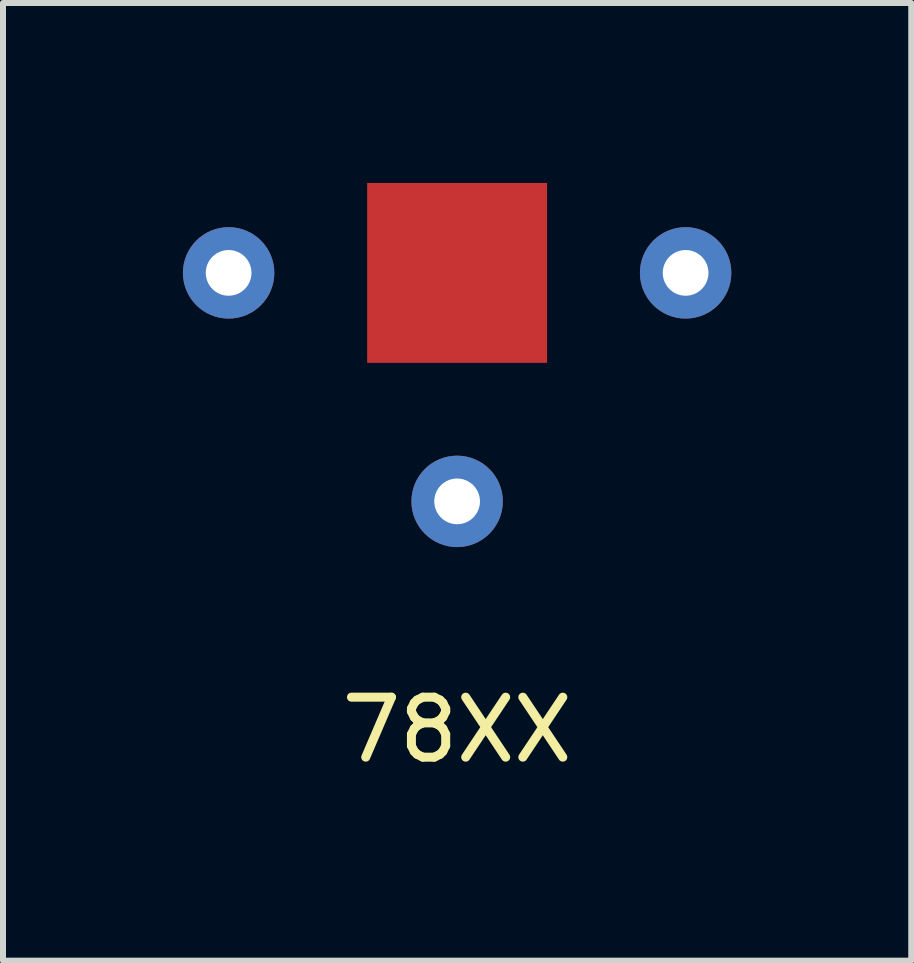
<source format=kicad_pcb>
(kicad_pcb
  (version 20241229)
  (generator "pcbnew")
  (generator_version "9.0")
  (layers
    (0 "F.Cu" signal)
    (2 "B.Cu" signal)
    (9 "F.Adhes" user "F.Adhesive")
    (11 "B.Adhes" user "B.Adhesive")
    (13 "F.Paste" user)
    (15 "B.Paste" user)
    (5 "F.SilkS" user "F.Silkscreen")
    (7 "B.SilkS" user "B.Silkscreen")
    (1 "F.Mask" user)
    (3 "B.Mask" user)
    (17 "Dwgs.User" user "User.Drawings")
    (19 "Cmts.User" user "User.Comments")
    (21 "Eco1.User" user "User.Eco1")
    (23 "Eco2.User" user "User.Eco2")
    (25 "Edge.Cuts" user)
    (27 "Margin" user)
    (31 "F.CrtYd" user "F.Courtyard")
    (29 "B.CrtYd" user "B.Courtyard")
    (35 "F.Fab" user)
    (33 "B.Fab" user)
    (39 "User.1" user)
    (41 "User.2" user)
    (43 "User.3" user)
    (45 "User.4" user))
  (footprint "78XX"
    (layer "F.Cu")
    (at 4.572 1.5)
    (property "Reference" "78XX" (at 0 7.62 0) (layer "F.SilkS") (effects (font (size 1 1) (thickness 0.15))))
    (attr through_hole)
    (pad "" smd rect (at 0 0) (size 3 3) (layers "F.Cu" "F.Mask" "F.Paste"))
    (pad "GND" thru_hole circle (at 0 3.81) (size 1.524 1.524) (drill 0.762) (layers "*.Cu" "*.Mask"))
    (pad "VI" thru_hole circle (at -3.81 0) (size 1.524 1.524) (drill 0.762) (layers "*.Cu" "*.Mask"))
    (pad "VO" thru_hole circle (at 3.81 0) (size 1.524 1.524) (drill 0.762) (layers "*.Cu" "*.Mask")))
  (gr_rect
    (start -3 -3)
    (end 12.144 12.968)
    (stroke (width 0.1) (type default))
    (fill no)
    (layer "Edge.Cuts")))
</source>
